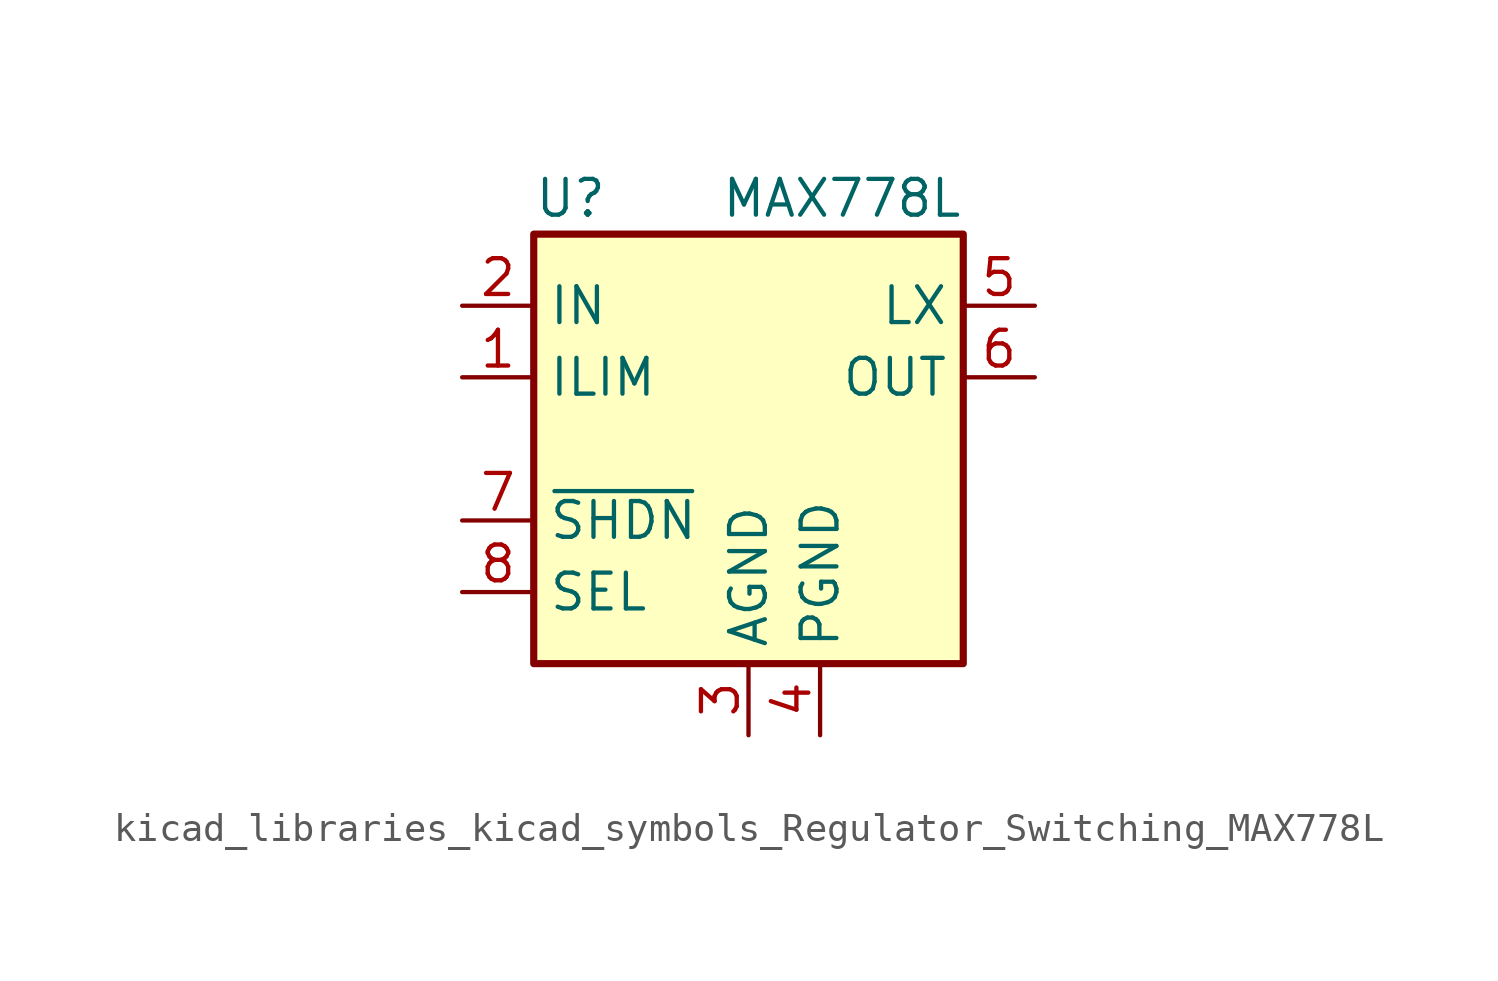
<source format=kicad_sym>
(kicad_symbol_lib
  (version 20220914)
  (generator kicad_symbol_editor)
  (symbol "kicad_libraries_kicad_symbols_Regulator_Switching_MAX778L"
    (property "Reference" "U"
      (at -7.62 8.89 0)
      (effects (font (size 1.27 1.27)) (justify left)))
    (property "Value" "MAX778L"
      (at 7.62 8.89 0)
      (effects (font (size 1.27 1.27)) (justify right)))
    (symbol "kicad_libraries_kicad_symbols_Regulator_Switching_MAX778L_0_1"
      (rectangle (start -7.62 7.62) (end 7.62 -7.62) (stroke (width 0.254) (type default)) (fill (type background))))
    (symbol "kicad_libraries_kicad_symbols_Regulator_Switching_MAX778L_1_1"
      (pin input line (at -10.16 2.54 0) (length 2.54) (name "ILIM" (effects (font (size 1.27 1.27)))) (number "1" (effects (font (size 1.27 1.27)))))
      (pin power_in line (at -10.16 5.08 0) (length 2.54) (name "IN" (effects (font (size 1.27 1.27)))) (number "2" (effects (font (size 1.27 1.27)))))
      (pin power_in line (at 0 -10.16 90) (length 2.54) (name "AGND" (effects (font (size 1.27 1.27)))) (number "3" (effects (font (size 1.27 1.27)))))
      (pin power_in line (at 2.54 -10.16 90) (length 2.54) (name "PGND" (effects (font (size 1.27 1.27)))) (number "4" (effects (font (size 1.27 1.27)))))
      (pin passive line (at 10.16 5.08 180) (length 2.54) (name "LX" (effects (font (size 1.27 1.27)))) (number "5" (effects (font (size 1.27 1.27)))))
      (pin power_out line (at 10.16 2.54 180) (length 2.54) (name "OUT" (effects (font (size 1.27 1.27)))) (number "6" (effects (font (size 1.27 1.27)))))
      (pin input line (at -10.16 -2.54 0) (length 2.54) (name "~{SHDN}" (effects (font (size 1.27 1.27)))) (number "7" (effects (font (size 1.27 1.27)))))
      (pin input line (at -10.16 -5.08 0) (length 2.54) (name "SEL" (effects (font (size 1.27 1.27)))) (number "8" (effects (font (size 1.27 1.27))))))))
</source>
